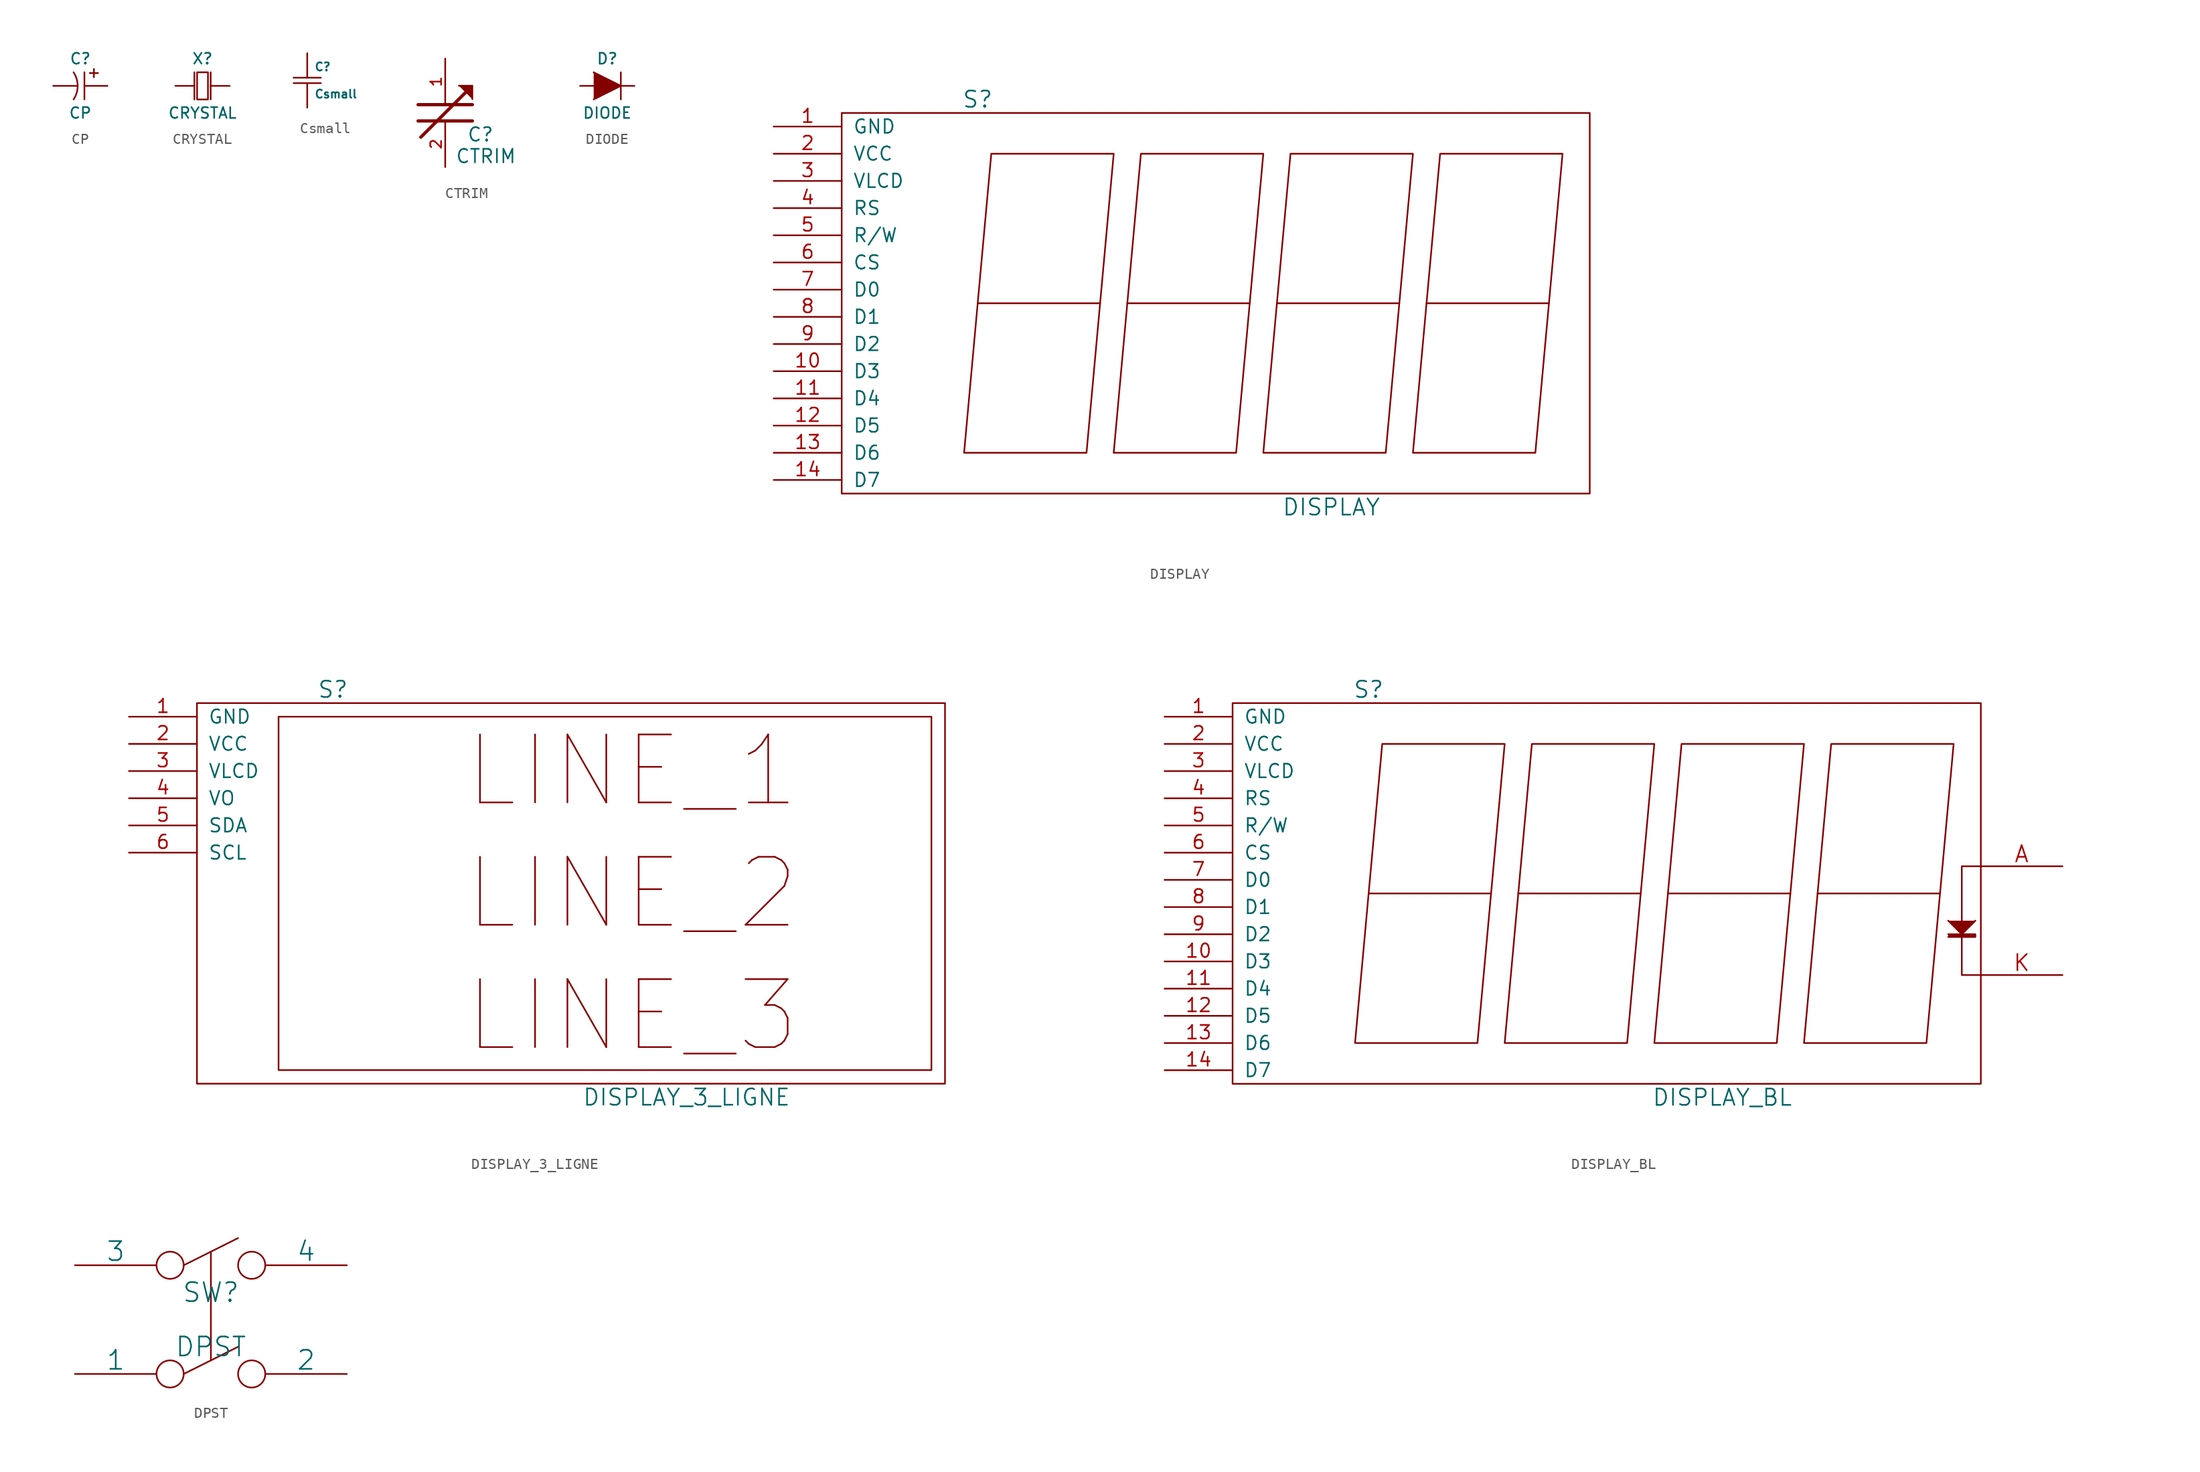
<source format=kicad_sym>
(kicad_symbol_lib
  (version 20231120)
  (generator "kicad_symbol_editor")
  (generator_version "8.0")
  (symbol "CP"
    (pin_numbers hide)
    (pin_names
      (offset 0.254) hide)
    (property "Reference" "C"
      (at 0 2.54 0)
      (effects (font (size 1.016 1.016))))
    (property "Value" "CP"
      (at 0 -2.54 0)
      (effects (font (size 1.016 1.016))))
    (property "Footprint" ""
      (at 0 0 0)
      (effects (font (size 1.524 1.524))))
    (property "Datasheet" ""
      (at 0 0 0)
      (effects (font (size 1.524 1.524))))
    (symbol "CP_0_0"
      (text "+" (at 1.27 1.27 0) (effects (font (size 1.016 1.016)))))
    (symbol "CP_0_1"
      (arc (start -0.635 -1.27) (mid -0.2505 0) (end -0.635 1.27) (stroke (width 0) (type solid)) (fill (type none)))
      (polyline (pts (xy 0.381 1.27) (xy 0.381 -1.27)) (stroke (width 0) (type solid)) (fill (type none))))
    (symbol "CP_1_1"
      (pin passive line (at 2.54 0 180) (length 2.159) (name "~" (effects (font (size 1.016 1.016)))) (number "1" (effects (font (size 1.016 1.016)))))
      (pin passive line (at -2.54 0 0) (length 2.286) (name "~" (effects (font (size 1.016 1.016)))) (number "2" (effects (font (size 1.016 1.016)))))))
  (symbol "CRYSTAL"
    (pin_numbers hide)
    (pin_names
      (offset 1.016) hide)
    (property "Reference" "X"
      (at 0 2.54 0)
      (effects (font (size 1.016 1.016))))
    (property "Value" "CRYSTAL"
      (at 0 -2.54 0)
      (effects (font (size 1.016 1.016))))
    (property "Footprint" ""
      (at 0 0 0)
      (effects (font (size 1.524 1.524))))
    (property "Datasheet" ""
      (at 0 0 0)
      (effects (font (size 1.524 1.524))))
    (symbol "CRYSTAL_0_1"
      (polyline (pts (xy -0.762 1.27) (xy -0.762 -1.27)) (stroke (width 0) (type solid)) (fill (type none)))
      (polyline (pts (xy 0.762 1.27) (xy 0.762 -1.27)) (stroke (width 0) (type solid)) (fill (type none)))
      (polyline (pts (xy -0.508 1.27) (xy 0 1.27) (xy 0.508 1.27) (xy 0.508 -1.27) (xy -0.508 -1.27) (xy -0.508 1.27)) (stroke (width 0) (type solid)) (fill (type none))))
    (symbol "CRYSTAL_1_1"
      (pin passive line (at -2.54 0 0) (length 1.778) (name "1" (effects (font (size 1.016 1.016)))) (number "1" (effects (font (size 1.016 1.016)))))
      (pin passive line (at 2.54 0 180) (length 1.778) (name "2" (effects (font (size 1.016 1.016)))) (number "2" (effects (font (size 1.016 1.016)))))))
  (symbol "Csmall"
    (pin_numbers hide)
    (pin_names
      (offset 0.254))
    (property "Reference" "C"
      (at 0.635 1.27 0)
      (effects (font (size 0.762 0.762)) (justify left)))
    (property "Value" "Csmall"
      (at 0.635 -1.27 0)
      (effects (font (size 0.762 0.762)) (justify left)))
    (property "Footprint" ""
      (at 0 0 0)
      (effects (font (size 1.524 1.524))))
    (property "Datasheet" ""
      (at 0 0 0)
      (effects (font (size 1.524 1.524))))
    (symbol "Csmall_0_1"
      (polyline (pts (xy 1.27 -0.254) (xy -1.27 -0.254)) (stroke (width 0) (type solid)) (fill (type none)))
      (polyline (pts (xy 1.27 0.254) (xy -1.27 0.254)) (stroke (width 0) (type solid)) (fill (type none))))
    (symbol "Csmall_1_1"
      (pin passive line (at 0 2.54 270) (length 2.286) (name "~" (effects (font (size 1.016 1.016)))) (number "1" (effects (font (size 1.016 1.016)))))
      (pin passive line (at 0 -2.54 90) (length 2.286) (name "~" (effects (font (size 1.016 1.016)))) (number "2" (effects (font (size 1.016 1.016)))))))
  (symbol "CTRIM"
    (pin_names
      (offset 0.254))
    (property "Reference" "C"
      (at 3.302 -2.032 0)
      (effects (font (size 1.27 1.27))))
    (property "Value" "CTRIM"
      (at 3.81 -4.064 0)
      (effects (font (size 1.27 1.27))))
    (property "Footprint" ""
      (at 0 0 0)
      (effects (font (size 1.524 1.524))))
    (property "Datasheet" ""
      (at 0 0 0)
      (effects (font (size 1.524 1.524))))
    (symbol "CTRIM_0_1"
      (polyline (pts (xy -2.54 -0.762) (xy 2.54 -0.762)) (stroke (width 0.305) (type solid)) (fill (type none)))
      (polyline (pts (xy -2.54 0.762) (xy 2.54 0.762)) (stroke (width 0.305) (type solid)) (fill (type none)))
      (polyline (pts (xy -2.286 -2.286) (xy 1.905 1.905)) (stroke (width 0.305) (type solid)) (fill (type none)))
      (polyline (pts (xy 1.27 2.54) (xy 2.54 2.54) (xy 2.54 1.27)) (stroke (width 0) (type solid)) (fill (type outline))))
    (symbol "CTRIM_1_1"
      (pin passive line (at 0 5.08 270) (length 4.318) (name "~" (effects (font (size 1.016 1.016)))) (number "1" (effects (font (size 1.016 1.016)))))
      (pin passive line (at 0 -5.08 90) (length 4.318) (name "~" (effects (font (size 1.016 1.016)))) (number "2" (effects (font (size 1.016 1.016)))))))
  (symbol "DIODE"
    (pin_numbers hide)
    (pin_names
      (offset 1.016) hide)
    (property "Reference" "D"
      (at 0 2.54 0)
      (effects (font (size 1.016 1.016))))
    (property "Value" "DIODE"
      (at 0 -2.54 0)
      (effects (font (size 1.016 1.016))))
    (property "Footprint" ""
      (at 0 0 0)
      (effects (font (size 1.524 1.524))))
    (property "Datasheet" ""
      (at 0 0 0)
      (effects (font (size 1.524 1.524))))
    (symbol "DIODE_0_1"
      (polyline (pts (xy 1.27 1.27) (xy 1.27 -1.27)) (stroke (width 0.152) (type solid)) (fill (type none)))
      (polyline (pts (xy -1.27 1.27) (xy 1.27 0) (xy -1.27 -1.27)) (stroke (width 0) (type solid)) (fill (type outline))))
    (symbol "DIODE_1_1"
      (pin passive line (at -2.54 0 0) (length 1.27) (name "A" (effects (font (size 1.016 1.016)))) (number "1" (effects (font (size 1.016 1.016)))))
      (pin passive line (at 2.54 0 180) (length 1.27) (name "K" (effects (font (size 1.016 1.016)))) (number "2" (effects (font (size 1.016 1.016)))))))
  (symbol "DISPLAY"
    (pin_names
      (offset 1.016))
    (property "Reference" "S"
      (at -26.67 19.05 0)
      (effects (font (size 1.524 1.524))))
    (property "Value" "DISPLAY"
      (at 6.35 -19.05 0)
      (effects (font (size 1.524 1.524))))
    (property "Footprint" ""
      (at 0 0 0)
      (effects (font (size 1.524 1.524))))
    (property "Datasheet" ""
      (at 0 0 0)
      (effects (font (size 1.524 1.524))))
    (symbol "DISPLAY_0_1"
      (rectangle (start -39.37 17.78) (end 30.48 -17.78) (stroke (width 0) (type solid)) (fill (type none)))
      (polyline (pts (xy -26.67 0) (xy -15.24 0)) (stroke (width 0) (type solid)) (fill (type none)))
      (polyline (pts (xy -12.7 0) (xy -1.27 0)) (stroke (width 0) (type solid)) (fill (type none)))
      (polyline (pts (xy 1.27 0) (xy 12.7 0)) (stroke (width 0) (type solid)) (fill (type none)))
      (polyline (pts (xy 15.24 0) (xy 26.67 0)) (stroke (width 0) (type solid)) (fill (type none)))
      (polyline (pts (xy -27.94 -13.97) (xy -25.4 13.97) (xy -13.97 13.97) (xy -16.51 -13.97) (xy -27.94 -13.97)) (stroke (width 0) (type solid)) (fill (type none)))
      (polyline (pts (xy -13.97 -13.97) (xy -11.43 13.97) (xy 0 13.97) (xy -2.54 -13.97) (xy -13.97 -13.97)) (stroke (width 0) (type solid)) (fill (type none)))
      (polyline (pts (xy 0 -13.97) (xy 2.54 13.97) (xy 13.97 13.97) (xy 11.43 -13.97) (xy 0 -13.97)) (stroke (width 0) (type solid)) (fill (type none)))
      (polyline (pts (xy 16.51 13.97) (xy 13.97 -13.97) (xy 25.4 -13.97) (xy 27.94 13.97) (xy 16.51 13.97)) (stroke (width 0) (type solid)) (fill (type none))))
    (symbol "DISPLAY_1_1"
      (pin power_in line (at -45.72 16.51 0) (length 6.35) (name "GND" (effects (font (size 1.27 1.27)))) (number "1" (effects (font (size 1.27 1.27)))))
      (pin tri_state line (at -45.72 -6.35 0) (length 6.35) (name "D3" (effects (font (size 1.27 1.27)))) (number "10" (effects (font (size 1.27 1.27)))))
      (pin tri_state line (at -45.72 -8.89 0) (length 6.35) (name "D4" (effects (font (size 1.27 1.27)))) (number "11" (effects (font (size 1.27 1.27)))))
      (pin tri_state line (at -45.72 -11.43 0) (length 6.35) (name "D5" (effects (font (size 1.27 1.27)))) (number "12" (effects (font (size 1.27 1.27)))))
      (pin tri_state line (at -45.72 -13.97 0) (length 6.35) (name "D6" (effects (font (size 1.27 1.27)))) (number "13" (effects (font (size 1.27 1.27)))))
      (pin tri_state line (at -45.72 -16.51 0) (length 6.35) (name "D7" (effects (font (size 1.27 1.27)))) (number "14" (effects (font (size 1.27 1.27)))))
      (pin power_in line (at -45.72 13.97 0) (length 6.35) (name "VCC" (effects (font (size 1.27 1.27)))) (number "2" (effects (font (size 1.27 1.27)))))
      (pin input line (at -45.72 11.43 0) (length 6.35) (name "VLCD" (effects (font (size 1.27 1.27)))) (number "3" (effects (font (size 1.27 1.27)))))
      (pin input line (at -45.72 8.89 0) (length 6.35) (name "RS" (effects (font (size 1.27 1.27)))) (number "4" (effects (font (size 1.27 1.27)))))
      (pin input line (at -45.72 6.35 0) (length 6.35) (name "R/W" (effects (font (size 1.27 1.27)))) (number "5" (effects (font (size 1.27 1.27)))))
      (pin input line (at -45.72 3.81 0) (length 6.35) (name "CS" (effects (font (size 1.27 1.27)))) (number "6" (effects (font (size 1.27 1.27)))))
      (pin tri_state line (at -45.72 1.27 0) (length 6.35) (name "D0" (effects (font (size 1.27 1.27)))) (number "7" (effects (font (size 1.27 1.27)))))
      (pin tri_state line (at -45.72 -1.27 0) (length 6.35) (name "D1" (effects (font (size 1.27 1.27)))) (number "8" (effects (font (size 1.27 1.27)))))
      (pin tri_state line (at -45.72 -3.81 0) (length 6.35) (name "D2" (effects (font (size 1.27 1.27)))) (number "9" (effects (font (size 1.27 1.27)))))))
  (symbol "DISPLAY_3_LIGNE"
    (pin_names
      (offset 1.016))
    (property "Reference" "S"
      (at -26.67 19.05 0)
      (effects (font (size 1.524 1.524))))
    (property "Value" "DISPLAY_3_LIGNE"
      (at 6.35 -19.05 0)
      (effects (font (size 1.524 1.524))))
    (property "Footprint" ""
      (at 0 0 0)
      (effects (font (size 1.524 1.524))))
    (property "Datasheet" ""
      (at 0 0 0)
      (effects (font (size 1.524 1.524))))
    (symbol "DISPLAY_3_LIGNE_0_0"
      (rectangle (start -31.75 16.51) (end 29.21 -16.51) (stroke (width 0) (type solid)) (fill (type none)))
      (text "LINE_1" (at 1.27 11.43 0) (effects (font (size 6.35 6.35))))
      (text "LINE_2" (at 1.27 0 0) (effects (font (size 6.35 6.35))))
      (text "LINE_3" (at 1.27 -11.43 0) (effects (font (size 6.35 6.35)))))
    (symbol "DISPLAY_3_LIGNE_0_1"
      (rectangle (start -39.37 17.78) (end 30.48 -17.78) (stroke (width 0) (type solid)) (fill (type none))))
    (symbol "DISPLAY_3_LIGNE_1_1"
      (pin power_in line (at -45.72 16.51 0) (length 6.35) (name "GND" (effects (font (size 1.27 1.27)))) (number "1" (effects (font (size 1.27 1.27)))))
      (pin power_in line (at -45.72 13.97 0) (length 6.35) (name "VCC" (effects (font (size 1.27 1.27)))) (number "2" (effects (font (size 1.27 1.27)))))
      (pin input line (at -45.72 11.43 0) (length 6.35) (name "VLCD" (effects (font (size 1.27 1.27)))) (number "3" (effects (font (size 1.27 1.27)))))
      (pin input line (at -45.72 8.89 0) (length 6.35) (name "VO" (effects (font (size 1.27 1.27)))) (number "4" (effects (font (size 1.27 1.27)))))
      (pin input line (at -45.72 6.35 0) (length 6.35) (name "SDA" (effects (font (size 1.27 1.27)))) (number "5" (effects (font (size 1.27 1.27)))))
      (pin input line (at -45.72 3.81 0) (length 6.35) (name "SCL" (effects (font (size 1.27 1.27)))) (number "6" (effects (font (size 1.27 1.27)))))))
  (symbol "DISPLAY_BL"
    (pin_names
      (offset 1.016))
    (property "Reference" "S"
      (at -26.67 19.05 0)
      (effects (font (size 1.524 1.524))))
    (property "Value" "DISPLAY_BL"
      (at 6.35 -19.05 0)
      (effects (font (size 1.524 1.524))))
    (property "Footprint" ""
      (at 0 0 0)
      (effects (font (size 1.524 1.524))))
    (property "Datasheet" ""
      (at 0 0 0)
      (effects (font (size 1.524 1.524))))
    (symbol "DISPLAY_BL_0_1"
      (rectangle (start -39.37 17.78) (end 30.48 -17.78) (stroke (width 0) (type solid)) (fill (type none)))
      (polyline (pts (xy -26.67 0) (xy -15.24 0)) (stroke (width 0) (type solid)) (fill (type none)))
      (polyline (pts (xy -12.7 0) (xy -1.27 0)) (stroke (width 0) (type solid)) (fill (type none)))
      (polyline (pts (xy 1.27 0) (xy 12.7 0)) (stroke (width 0) (type solid)) (fill (type none)))
      (polyline (pts (xy 15.24 0) (xy 26.67 0)) (stroke (width 0) (type solid)) (fill (type none)))
      (polyline (pts (xy 27.432 -2.54) (xy 28.702 -3.81) (xy 29.972 -2.54)) (stroke (width 0) (type solid)) (fill (type outline)))
      (polyline (pts (xy 28.702 -4.064) (xy 28.702 -7.62) (xy 30.48 -7.62)) (stroke (width 0) (type solid)) (fill (type none)))
      (polyline (pts (xy 28.702 -2.54) (xy 28.702 2.54) (xy 30.48 2.54)) (stroke (width 0) (type solid)) (fill (type none)))
      (polyline (pts (xy 27.432 -3.81) (xy 29.972 -3.81) (xy 29.972 -4.064) (xy 27.432 -4.064)) (stroke (width 0) (type solid)) (fill (type outline)))
      (polyline (pts (xy -27.94 -13.97) (xy -25.4 13.97) (xy -13.97 13.97) (xy -16.51 -13.97) (xy -27.94 -13.97)) (stroke (width 0) (type solid)) (fill (type none)))
      (polyline (pts (xy -13.97 -13.97) (xy -11.43 13.97) (xy 0 13.97) (xy -2.54 -13.97) (xy -13.97 -13.97)) (stroke (width 0) (type solid)) (fill (type none)))
      (polyline (pts (xy 0 -13.97) (xy 2.54 13.97) (xy 13.97 13.97) (xy 11.43 -13.97) (xy 0 -13.97)) (stroke (width 0) (type solid)) (fill (type none)))
      (polyline (pts (xy 16.51 13.97) (xy 13.97 -13.97) (xy 25.4 -13.97) (xy 27.94 13.97) (xy 16.51 13.97)) (stroke (width 0) (type solid)) (fill (type none))))
    (symbol "DISPLAY_BL_1_1"
      (pin power_in line (at -45.72 16.51 0) (length 6.35) (name "GND" (effects (font (size 1.27 1.27)))) (number "1" (effects (font (size 1.27 1.27)))))
      (pin tri_state line (at -45.72 -6.35 0) (length 6.35) (name "D3" (effects (font (size 1.27 1.27)))) (number "10" (effects (font (size 1.27 1.27)))))
      (pin tri_state line (at -45.72 -8.89 0) (length 6.35) (name "D4" (effects (font (size 1.27 1.27)))) (number "11" (effects (font (size 1.27 1.27)))))
      (pin tri_state line (at -45.72 -11.43 0) (length 6.35) (name "D5" (effects (font (size 1.27 1.27)))) (number "12" (effects (font (size 1.27 1.27)))))
      (pin tri_state line (at -45.72 -13.97 0) (length 6.35) (name "D6" (effects (font (size 1.27 1.27)))) (number "13" (effects (font (size 1.27 1.27)))))
      (pin tri_state line (at -45.72 -16.51 0) (length 6.35) (name "D7" (effects (font (size 1.27 1.27)))) (number "14" (effects (font (size 1.27 1.27)))))
      (pin power_in line (at -45.72 13.97 0) (length 6.35) (name "VCC" (effects (font (size 1.27 1.27)))) (number "2" (effects (font (size 1.27 1.27)))))
      (pin input line (at -45.72 11.43 0) (length 6.35) (name "VLCD" (effects (font (size 1.27 1.27)))) (number "3" (effects (font (size 1.27 1.27)))))
      (pin input line (at -45.72 8.89 0) (length 6.35) (name "RS" (effects (font (size 1.27 1.27)))) (number "4" (effects (font (size 1.27 1.27)))))
      (pin input line (at -45.72 6.35 0) (length 6.35) (name "R/W" (effects (font (size 1.27 1.27)))) (number "5" (effects (font (size 1.27 1.27)))))
      (pin input line (at -45.72 3.81 0) (length 6.35) (name "CS" (effects (font (size 1.27 1.27)))) (number "6" (effects (font (size 1.27 1.27)))))
      (pin tri_state line (at -45.72 1.27 0) (length 6.35) (name "D0" (effects (font (size 1.27 1.27)))) (number "7" (effects (font (size 1.27 1.27)))))
      (pin tri_state line (at -45.72 -1.27 0) (length 6.35) (name "D1" (effects (font (size 1.27 1.27)))) (number "8" (effects (font (size 1.27 1.27)))))
      (pin tri_state line (at -45.72 -3.81 0) (length 6.35) (name "D2" (effects (font (size 1.27 1.27)))) (number "9" (effects (font (size 1.27 1.27)))))
      (pin input line (at 38.1 2.54 180) (length 7.62) (name "~" (effects (font (size 1.524 1.524)))) (number "A" (effects (font (size 1.524 1.524)))))
      (pin input line (at 38.1 -7.62 180) (length 7.62) (name "~" (effects (font (size 1.524 1.524)))) (number "K" (effects (font (size 1.524 1.524)))))))
  (symbol "DPST"
    (pin_numbers hide)
    (pin_names
      (offset 0))
    (property "Reference" "SW"
      (at 0 2.54 0)
      (effects (font (size 1.778 1.778))))
    (property "Value" "DPST"
      (at 0 -2.54 0)
      (effects (font (size 1.778 1.778))))
    (property "Footprint" ""
      (at 0 0 0)
      (effects (font (size 1.524 1.524))))
    (property "Datasheet" ""
      (at 0 0 0)
      (effects (font (size 1.524 1.524))))
    (symbol "DPST_0_0"
      (circle (center -3.81 -5.08) (radius 1.27) (stroke (width 0) (type solid)) (fill (type none)))
      (circle (center -3.81 5.08) (radius 1.27) (stroke (width 0) (type solid)) (fill (type none)))
      (polyline (pts (xy -2.54 -5.08) (xy 2.54 -2.54)) (stroke (width 0) (type solid)) (fill (type none)))
      (polyline (pts (xy -2.54 5.08) (xy 2.54 7.62)) (stroke (width 0) (type solid)) (fill (type none)))
      (polyline (pts (xy 0 6.35) (xy 0 -3.81)) (stroke (width 0) (type solid)) (fill (type none)))
      (circle (center 3.81 -5.08) (radius 1.27) (stroke (width 0) (type solid)) (fill (type none)))
      (circle (center 3.81 5.08) (radius 1.27) (stroke (width 0) (type solid)) (fill (type none))))
    (symbol "DPST_1_1"
      (pin input line (at -12.7 -5.08 0) (length 7.62) (name "1" (effects (font (size 1.778 1.778)))) (number "1" (effects (font (size 1.778 1.778)))))
      (pin input line (at 12.7 -5.08 180) (length 7.62) (name "2" (effects (font (size 1.778 1.778)))) (number "2" (effects (font (size 1.778 1.778)))))
      (pin input line (at -12.7 5.08 0) (length 7.62) (name "3" (effects (font (size 1.778 1.778)))) (number "3" (effects (font (size 1.778 1.778)))))
      (pin input line (at 12.7 5.08 180) (length 7.62) (name "4" (effects (font (size 1.778 1.778)))) (number "4" (effects (font (size 1.778 1.778))))))))
</source>
